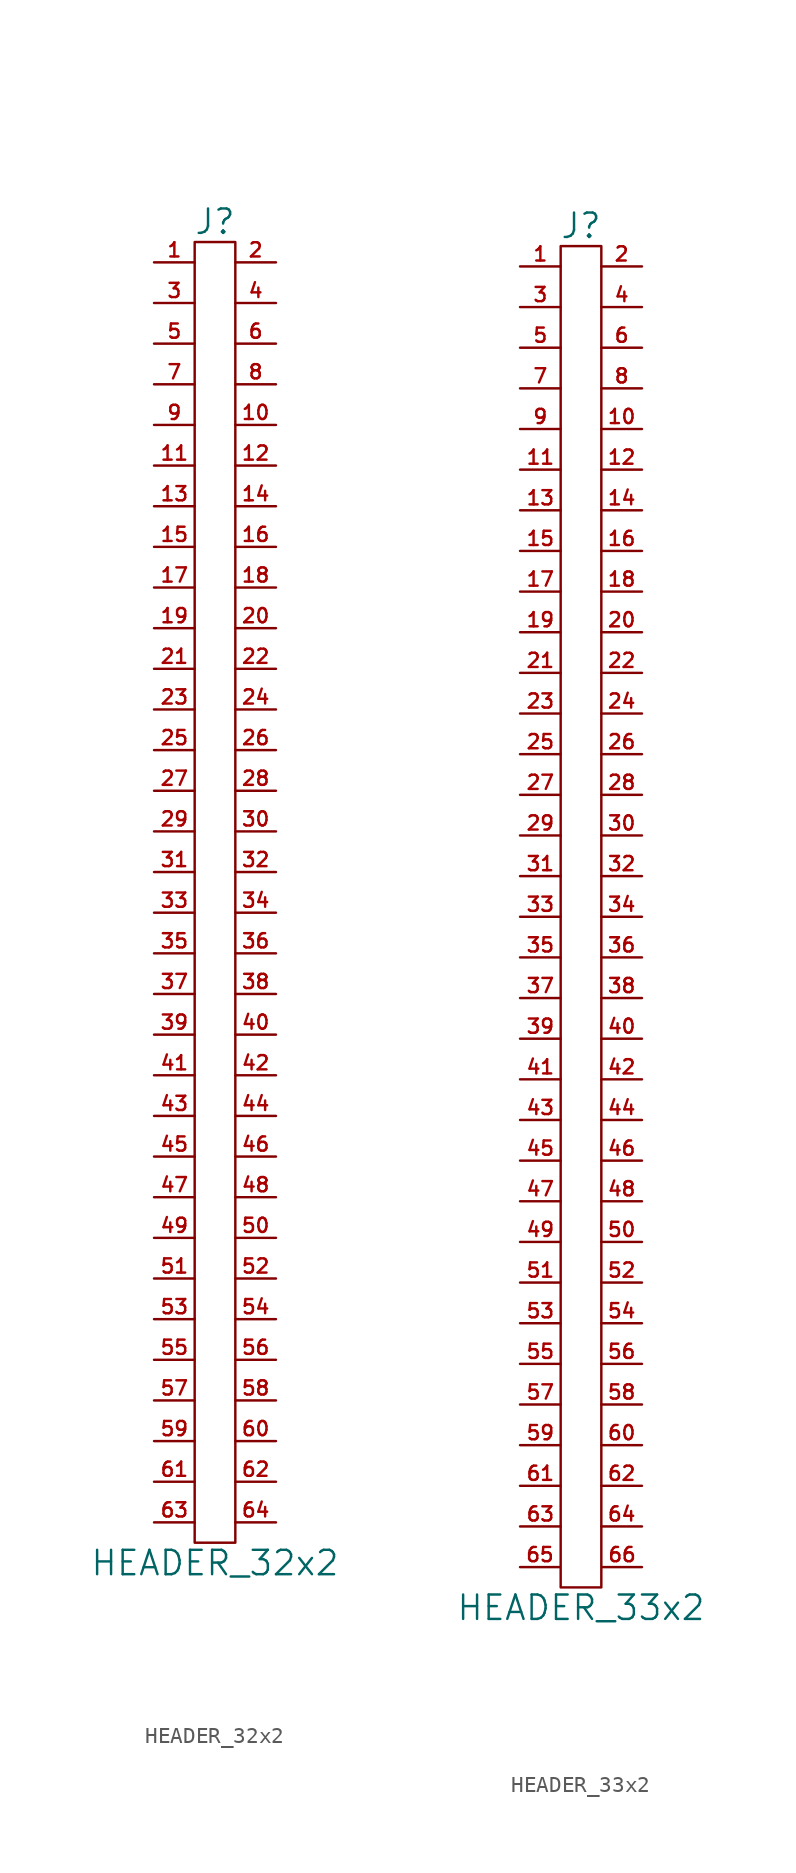
<source format=kicad_sym>
(kicad_symbol_lib
  (version 20220914)
  (generator kicad_symbol_editor)
  (symbol "HEADER_32x2"
    (pin_names
      (offset 0))
    (property "Reference" "J"
      (at 0 41.91 0)
      (effects (font (size 1.524 1.524))))
    (property "Value" "HEADER_32x2"
      (at 0 -41.91 0)
      (effects (font (size 1.524 1.524))))
    (property "Footprint" ""
      (at 0 0 0)
      (effects (font (size 1.524 1.524))))
    (property "Datasheet" ""
      (at 0 0 0)
      (effects (font (size 1.524 1.524))))
    (symbol "HEADER_32x2_0_1"
      (rectangle (start 1.27 -40.64) (end -1.27 40.64) (stroke (width 0) (type solid)) (fill (type none))))
    (symbol "HEADER_32x2_1_1"
      (pin passive line (at -3.81 39.37 0) (length 2.54) (name "~" (effects (font (size 1.27 1.27)))) (number "1" (effects (font (size 0.889 0.889)))))
      (pin passive line (at 3.81 29.21 180) (length 2.54) (name "~" (effects (font (size 1.27 1.27)))) (number "10" (effects (font (size 0.889 0.889)))))
      (pin passive line (at -3.81 26.67 0) (length 2.54) (name "~" (effects (font (size 1.27 1.27)))) (number "11" (effects (font (size 0.889 0.889)))))
      (pin passive line (at 3.81 26.67 180) (length 2.54) (name "~" (effects (font (size 1.27 1.27)))) (number "12" (effects (font (size 0.889 0.889)))))
      (pin passive line (at -3.81 24.13 0) (length 2.54) (name "~" (effects (font (size 1.27 1.27)))) (number "13" (effects (font (size 0.889 0.889)))))
      (pin passive line (at 3.81 24.13 180) (length 2.54) (name "~" (effects (font (size 1.27 1.27)))) (number "14" (effects (font (size 0.889 0.889)))))
      (pin passive line (at -3.81 21.59 0) (length 2.54) (name "~" (effects (font (size 1.27 1.27)))) (number "15" (effects (font (size 0.889 0.889)))))
      (pin passive line (at 3.81 21.59 180) (length 2.54) (name "~" (effects (font (size 1.27 1.27)))) (number "16" (effects (font (size 0.889 0.889)))))
      (pin passive line (at -3.81 19.05 0) (length 2.54) (name "~" (effects (font (size 1.27 1.27)))) (number "17" (effects (font (size 0.889 0.889)))))
      (pin passive line (at 3.81 19.05 180) (length 2.54) (name "~" (effects (font (size 1.27 1.27)))) (number "18" (effects (font (size 0.889 0.889)))))
      (pin passive line (at -3.81 16.51 0) (length 2.54) (name "~" (effects (font (size 1.27 1.27)))) (number "19" (effects (font (size 0.889 0.889)))))
      (pin passive line (at 3.81 39.37 180) (length 2.54) (name "~" (effects (font (size 1.27 1.27)))) (number "2" (effects (font (size 0.889 0.889)))))
      (pin passive line (at 3.81 16.51 180) (length 2.54) (name "~" (effects (font (size 1.27 1.27)))) (number "20" (effects (font (size 0.889 0.889)))))
      (pin passive line (at -3.81 13.97 0) (length 2.54) (name "~" (effects (font (size 1.27 1.27)))) (number "21" (effects (font (size 0.889 0.889)))))
      (pin passive line (at 3.81 13.97 180) (length 2.54) (name "~" (effects (font (size 1.27 1.27)))) (number "22" (effects (font (size 0.889 0.889)))))
      (pin passive line (at -3.81 11.43 0) (length 2.54) (name "~" (effects (font (size 1.27 1.27)))) (number "23" (effects (font (size 0.889 0.889)))))
      (pin passive line (at 3.81 11.43 180) (length 2.54) (name "~" (effects (font (size 1.27 1.27)))) (number "24" (effects (font (size 0.889 0.889)))))
      (pin passive line (at -3.81 8.89 0) (length 2.54) (name "~" (effects (font (size 1.27 1.27)))) (number "25" (effects (font (size 0.889 0.889)))))
      (pin passive line (at 3.81 8.89 180) (length 2.54) (name "~" (effects (font (size 1.27 1.27)))) (number "26" (effects (font (size 0.889 0.889)))))
      (pin passive line (at -3.81 6.35 0) (length 2.54) (name "~" (effects (font (size 1.27 1.27)))) (number "27" (effects (font (size 0.889 0.889)))))
      (pin passive line (at 3.81 6.35 180) (length 2.54) (name "~" (effects (font (size 1.27 1.27)))) (number "28" (effects (font (size 0.889 0.889)))))
      (pin passive line (at -3.81 3.81 0) (length 2.54) (name "~" (effects (font (size 1.27 1.27)))) (number "29" (effects (font (size 0.889 0.889)))))
      (pin passive line (at -3.81 36.83 0) (length 2.54) (name "~" (effects (font (size 1.27 1.27)))) (number "3" (effects (font (size 0.889 0.889)))))
      (pin passive line (at 3.81 3.81 180) (length 2.54) (name "~" (effects (font (size 1.27 1.27)))) (number "30" (effects (font (size 0.889 0.889)))))
      (pin passive line (at -3.81 1.27 0) (length 2.54) (name "~" (effects (font (size 1.27 1.27)))) (number "31" (effects (font (size 0.889 0.889)))))
      (pin passive line (at 3.81 1.27 180) (length 2.54) (name "~" (effects (font (size 1.27 1.27)))) (number "32" (effects (font (size 0.889 0.889)))))
      (pin passive line (at -3.81 -1.27 0) (length 2.54) (name "~" (effects (font (size 1.27 1.27)))) (number "33" (effects (font (size 0.889 0.889)))))
      (pin passive line (at 3.81 -1.27 180) (length 2.54) (name "~" (effects (font (size 1.27 1.27)))) (number "34" (effects (font (size 0.889 0.889)))))
      (pin passive line (at -3.81 -3.81 0) (length 2.54) (name "~" (effects (font (size 1.27 1.27)))) (number "35" (effects (font (size 0.889 0.889)))))
      (pin passive line (at 3.81 -3.81 180) (length 2.54) (name "~" (effects (font (size 1.27 1.27)))) (number "36" (effects (font (size 0.889 0.889)))))
      (pin passive line (at -3.81 -6.35 0) (length 2.54) (name "~" (effects (font (size 0.889 0.889)))) (number "37" (effects (font (size 0.889 0.889)))))
      (pin passive line (at 3.81 -6.35 180) (length 2.54) (name "~" (effects (font (size 1.27 1.27)))) (number "38" (effects (font (size 0.889 0.889)))))
      (pin passive line (at -3.81 -8.89 0) (length 2.54) (name "~" (effects (font (size 1.27 1.27)))) (number "39" (effects (font (size 0.889 0.889)))))
      (pin passive line (at 3.81 36.83 180) (length 2.54) (name "~" (effects (font (size 1.27 1.27)))) (number "4" (effects (font (size 0.889 0.889)))))
      (pin passive line (at 3.81 -8.89 180) (length 2.54) (name "~" (effects (font (size 1.27 1.27)))) (number "40" (effects (font (size 0.889 0.889)))))
      (pin passive line (at -3.81 -11.43 0) (length 2.54) (name "~" (effects (font (size 1.27 1.27)))) (number "41" (effects (font (size 0.889 0.889)))))
      (pin passive line (at 3.81 -11.43 180) (length 2.54) (name "~" (effects (font (size 1.27 1.27)))) (number "42" (effects (font (size 0.889 0.889)))))
      (pin passive line (at -3.81 -13.97 0) (length 2.54) (name "~" (effects (font (size 1.27 1.27)))) (number "43" (effects (font (size 0.889 0.889)))))
      (pin passive line (at 3.81 -13.97 180) (length 2.54) (name "~" (effects (font (size 1.27 1.27)))) (number "44" (effects (font (size 0.889 0.889)))))
      (pin passive line (at -3.81 -16.51 0) (length 2.54) (name "~" (effects (font (size 1.27 1.27)))) (number "45" (effects (font (size 0.889 0.889)))))
      (pin passive line (at 3.81 -16.51 180) (length 2.54) (name "~" (effects (font (size 1.27 1.27)))) (number "46" (effects (font (size 0.889 0.889)))))
      (pin passive line (at -3.81 -19.05 0) (length 2.54) (name "~" (effects (font (size 1.27 1.27)))) (number "47" (effects (font (size 0.889 0.889)))))
      (pin passive line (at 3.81 -19.05 180) (length 2.54) (name "~" (effects (font (size 1.27 1.27)))) (number "48" (effects (font (size 0.889 0.889)))))
      (pin passive line (at -3.81 -21.59 0) (length 2.54) (name "~" (effects (font (size 1.27 1.27)))) (number "49" (effects (font (size 0.889 0.889)))))
      (pin passive line (at -3.81 34.29 0) (length 2.54) (name "~" (effects (font (size 1.27 1.27)))) (number "5" (effects (font (size 0.889 0.889)))))
      (pin passive line (at 3.81 -21.59 180) (length 2.54) (name "~" (effects (font (size 1.27 1.27)))) (number "50" (effects (font (size 0.889 0.889)))))
      (pin passive line (at -3.81 -24.13 0) (length 2.54) (name "~" (effects (font (size 1.27 1.27)))) (number "51" (effects (font (size 0.889 0.889)))))
      (pin passive line (at 3.81 -24.13 180) (length 2.54) (name "~" (effects (font (size 1.27 1.27)))) (number "52" (effects (font (size 0.889 0.889)))))
      (pin passive line (at -3.81 -26.67 0) (length 2.54) (name "~" (effects (font (size 1.27 1.27)))) (number "53" (effects (font (size 0.889 0.889)))))
      (pin passive line (at 3.81 -26.67 180) (length 2.54) (name "~" (effects (font (size 1.27 1.27)))) (number "54" (effects (font (size 0.889 0.889)))))
      (pin passive line (at -3.81 -29.21 0) (length 2.54) (name "~" (effects (font (size 1.27 1.27)))) (number "55" (effects (font (size 0.889 0.889)))))
      (pin passive line (at 3.81 -29.21 180) (length 2.54) (name "~" (effects (font (size 1.27 1.27)))) (number "56" (effects (font (size 0.889 0.889)))))
      (pin passive line (at -3.81 -31.75 0) (length 2.54) (name "~" (effects (font (size 1.27 1.27)))) (number "57" (effects (font (size 0.889 0.889)))))
      (pin passive line (at 3.81 -31.75 180) (length 2.54) (name "~" (effects (font (size 1.27 1.27)))) (number "58" (effects (font (size 0.889 0.889)))))
      (pin passive line (at -3.81 -34.29 0) (length 2.54) (name "~" (effects (font (size 1.27 1.27)))) (number "59" (effects (font (size 0.889 0.889)))))
      (pin passive line (at 3.81 34.29 180) (length 2.54) (name "~" (effects (font (size 1.27 1.27)))) (number "6" (effects (font (size 0.889 0.889)))))
      (pin passive line (at 3.81 -34.29 180) (length 2.54) (name "~" (effects (font (size 1.27 1.27)))) (number "60" (effects (font (size 0.889 0.889)))))
      (pin passive line (at -3.81 -36.83 0) (length 2.54) (name "~" (effects (font (size 1.27 1.27)))) (number "61" (effects (font (size 0.889 0.889)))))
      (pin passive line (at 3.81 -36.83 180) (length 2.54) (name "~" (effects (font (size 1.27 1.27)))) (number "62" (effects (font (size 0.889 0.889)))))
      (pin passive line (at -3.81 -39.37 0) (length 2.54) (name "~" (effects (font (size 1.27 1.27)))) (number "63" (effects (font (size 0.889 0.889)))))
      (pin passive line (at 3.81 -39.37 180) (length 2.54) (name "~" (effects (font (size 1.27 1.27)))) (number "64" (effects (font (size 0.889 0.889)))))
      (pin passive line (at -3.81 31.75 0) (length 2.54) (name "~" (effects (font (size 1.27 1.27)))) (number "7" (effects (font (size 0.889 0.889)))))
      (pin passive line (at 3.81 31.75 180) (length 2.54) (name "~" (effects (font (size 1.27 1.27)))) (number "8" (effects (font (size 0.889 0.889)))))
      (pin passive line (at -3.81 29.21 0) (length 2.54) (name "~" (effects (font (size 1.27 1.27)))) (number "9" (effects (font (size 0.889 0.889)))))))
  (symbol "HEADER_33x2"
    (pin_names
      (offset 0))
    (property "Reference" "J"
      (at 0 43.18 0)
      (effects (font (size 1.524 1.524))))
    (property "Value" "HEADER_33x2"
      (at 0 -43.18 0)
      (effects (font (size 1.524 1.524))))
    (property "Footprint" ""
      (at 0 -1.27 0)
      (effects (font (size 1.524 1.524))))
    (property "Datasheet" ""
      (at 0 0 0)
      (effects (font (size 1.524 1.524))))
    (symbol "HEADER_33x2_0_1"
      (rectangle (start 1.27 -41.91) (end -1.27 41.91) (stroke (width 0) (type solid)) (fill (type none))))
    (symbol "HEADER_33x2_1_1"
      (pin passive line (at -3.81 40.64 0) (length 2.54) (name "~" (effects (font (size 1.27 1.27)))) (number "1" (effects (font (size 0.889 0.889)))))
      (pin passive line (at 3.81 30.48 180) (length 2.54) (name "~" (effects (font (size 1.27 1.27)))) (number "10" (effects (font (size 0.889 0.889)))))
      (pin passive line (at -3.81 27.94 0) (length 2.54) (name "~" (effects (font (size 1.27 1.27)))) (number "11" (effects (font (size 0.889 0.889)))))
      (pin passive line (at 3.81 27.94 180) (length 2.54) (name "~" (effects (font (size 1.27 1.27)))) (number "12" (effects (font (size 0.889 0.889)))))
      (pin passive line (at -3.81 25.4 0) (length 2.54) (name "~" (effects (font (size 1.27 1.27)))) (number "13" (effects (font (size 0.889 0.889)))))
      (pin passive line (at 3.81 25.4 180) (length 2.54) (name "~" (effects (font (size 1.27 1.27)))) (number "14" (effects (font (size 0.889 0.889)))))
      (pin passive line (at -3.81 22.86 0) (length 2.54) (name "~" (effects (font (size 1.27 1.27)))) (number "15" (effects (font (size 0.889 0.889)))))
      (pin passive line (at 3.81 22.86 180) (length 2.54) (name "~" (effects (font (size 1.27 1.27)))) (number "16" (effects (font (size 0.889 0.889)))))
      (pin passive line (at -3.81 20.32 0) (length 2.54) (name "~" (effects (font (size 1.27 1.27)))) (number "17" (effects (font (size 0.889 0.889)))))
      (pin passive line (at 3.81 20.32 180) (length 2.54) (name "~" (effects (font (size 1.27 1.27)))) (number "18" (effects (font (size 0.889 0.889)))))
      (pin passive line (at -3.81 17.78 0) (length 2.54) (name "~" (effects (font (size 1.27 1.27)))) (number "19" (effects (font (size 0.889 0.889)))))
      (pin passive line (at 3.81 40.64 180) (length 2.54) (name "~" (effects (font (size 1.27 1.27)))) (number "2" (effects (font (size 0.889 0.889)))))
      (pin passive line (at 3.81 17.78 180) (length 2.54) (name "~" (effects (font (size 1.27 1.27)))) (number "20" (effects (font (size 0.889 0.889)))))
      (pin passive line (at -3.81 15.24 0) (length 2.54) (name "~" (effects (font (size 1.27 1.27)))) (number "21" (effects (font (size 0.889 0.889)))))
      (pin passive line (at 3.81 15.24 180) (length 2.54) (name "~" (effects (font (size 1.27 1.27)))) (number "22" (effects (font (size 0.889 0.889)))))
      (pin passive line (at -3.81 12.7 0) (length 2.54) (name "~" (effects (font (size 1.27 1.27)))) (number "23" (effects (font (size 0.889 0.889)))))
      (pin passive line (at 3.81 12.7 180) (length 2.54) (name "~" (effects (font (size 1.27 1.27)))) (number "24" (effects (font (size 0.889 0.889)))))
      (pin passive line (at -3.81 10.16 0) (length 2.54) (name "~" (effects (font (size 1.27 1.27)))) (number "25" (effects (font (size 0.889 0.889)))))
      (pin passive line (at 3.81 10.16 180) (length 2.54) (name "~" (effects (font (size 1.27 1.27)))) (number "26" (effects (font (size 0.889 0.889)))))
      (pin passive line (at -3.81 7.62 0) (length 2.54) (name "~" (effects (font (size 1.27 1.27)))) (number "27" (effects (font (size 0.889 0.889)))))
      (pin passive line (at 3.81 7.62 180) (length 2.54) (name "~" (effects (font (size 1.27 1.27)))) (number "28" (effects (font (size 0.889 0.889)))))
      (pin passive line (at -3.81 5.08 0) (length 2.54) (name "~" (effects (font (size 1.27 1.27)))) (number "29" (effects (font (size 0.889 0.889)))))
      (pin passive line (at -3.81 38.1 0) (length 2.54) (name "~" (effects (font (size 1.27 1.27)))) (number "3" (effects (font (size 0.889 0.889)))))
      (pin passive line (at 3.81 5.08 180) (length 2.54) (name "~" (effects (font (size 1.27 1.27)))) (number "30" (effects (font (size 0.889 0.889)))))
      (pin passive line (at -3.81 2.54 0) (length 2.54) (name "~" (effects (font (size 1.27 1.27)))) (number "31" (effects (font (size 0.889 0.889)))))
      (pin passive line (at 3.81 2.54 180) (length 2.54) (name "~" (effects (font (size 1.27 1.27)))) (number "32" (effects (font (size 0.889 0.889)))))
      (pin passive line (at -3.81 0 0) (length 2.54) (name "~" (effects (font (size 1.27 1.27)))) (number "33" (effects (font (size 0.889 0.889)))))
      (pin passive line (at 3.81 0 180) (length 2.54) (name "~" (effects (font (size 1.27 1.27)))) (number "34" (effects (font (size 0.889 0.889)))))
      (pin passive line (at -3.81 -2.54 0) (length 2.54) (name "~" (effects (font (size 1.27 1.27)))) (number "35" (effects (font (size 0.889 0.889)))))
      (pin passive line (at 3.81 -2.54 180) (length 2.54) (name "~" (effects (font (size 1.27 1.27)))) (number "36" (effects (font (size 0.889 0.889)))))
      (pin passive line (at -3.81 -5.08 0) (length 2.54) (name "~" (effects (font (size 1.27 1.27)))) (number "37" (effects (font (size 0.889 0.889)))))
      (pin passive line (at 3.81 -5.08 180) (length 2.54) (name "~" (effects (font (size 1.27 1.27)))) (number "38" (effects (font (size 0.889 0.889)))))
      (pin passive line (at -3.81 -7.62 0) (length 2.54) (name "~" (effects (font (size 1.27 1.27)))) (number "39" (effects (font (size 0.889 0.889)))))
      (pin passive line (at 3.81 38.1 180) (length 2.54) (name "~" (effects (font (size 1.27 1.27)))) (number "4" (effects (font (size 0.889 0.889)))))
      (pin passive line (at 3.81 -7.62 180) (length 2.54) (name "~" (effects (font (size 1.27 1.27)))) (number "40" (effects (font (size 0.889 0.889)))))
      (pin passive line (at -3.81 -10.16 0) (length 2.54) (name "~" (effects (font (size 1.27 1.27)))) (number "41" (effects (font (size 0.889 0.889)))))
      (pin passive line (at 3.81 -10.16 180) (length 2.54) (name "~" (effects (font (size 1.27 1.27)))) (number "42" (effects (font (size 0.889 0.889)))))
      (pin passive line (at -3.81 -12.7 0) (length 2.54) (name "~" (effects (font (size 1.27 1.27)))) (number "43" (effects (font (size 0.889 0.889)))))
      (pin passive line (at 3.81 -12.7 180) (length 2.54) (name "~" (effects (font (size 1.27 1.27)))) (number "44" (effects (font (size 0.889 0.889)))))
      (pin passive line (at -3.81 -15.24 0) (length 2.54) (name "~" (effects (font (size 1.27 1.27)))) (number "45" (effects (font (size 0.889 0.889)))))
      (pin passive line (at 3.81 -15.24 180) (length 2.54) (name "~" (effects (font (size 1.27 1.27)))) (number "46" (effects (font (size 0.889 0.889)))))
      (pin passive line (at -3.81 -17.78 0) (length 2.54) (name "~" (effects (font (size 1.27 1.27)))) (number "47" (effects (font (size 0.889 0.889)))))
      (pin passive line (at 3.81 -17.78 180) (length 2.54) (name "~" (effects (font (size 1.27 1.27)))) (number "48" (effects (font (size 0.889 0.889)))))
      (pin passive line (at -3.81 -20.32 0) (length 2.54) (name "~" (effects (font (size 1.27 1.27)))) (number "49" (effects (font (size 0.889 0.889)))))
      (pin passive line (at -3.81 35.56 0) (length 2.54) (name "~" (effects (font (size 1.27 1.27)))) (number "5" (effects (font (size 0.889 0.889)))))
      (pin passive line (at 3.81 -20.32 180) (length 2.54) (name "~" (effects (font (size 1.27 1.27)))) (number "50" (effects (font (size 0.889 0.889)))))
      (pin passive line (at -3.81 -22.86 0) (length 2.54) (name "~" (effects (font (size 1.27 1.27)))) (number "51" (effects (font (size 0.889 0.889)))))
      (pin passive line (at 3.81 -22.86 180) (length 2.54) (name "~" (effects (font (size 1.27 1.27)))) (number "52" (effects (font (size 0.889 0.889)))))
      (pin passive line (at -3.81 -25.4 0) (length 2.54) (name "~" (effects (font (size 1.27 1.27)))) (number "53" (effects (font (size 0.889 0.889)))))
      (pin passive line (at 3.81 -25.4 180) (length 2.54) (name "~" (effects (font (size 1.27 1.27)))) (number "54" (effects (font (size 0.889 0.889)))))
      (pin passive line (at -3.81 -27.94 0) (length 2.54) (name "~" (effects (font (size 1.27 1.27)))) (number "55" (effects (font (size 0.889 0.889)))))
      (pin passive line (at 3.81 -27.94 180) (length 2.54) (name "~" (effects (font (size 1.27 1.27)))) (number "56" (effects (font (size 0.889 0.889)))))
      (pin passive line (at -3.81 -30.48 0) (length 2.54) (name "~" (effects (font (size 1.27 1.27)))) (number "57" (effects (font (size 0.889 0.889)))))
      (pin passive line (at 3.81 -30.48 180) (length 2.54) (name "~" (effects (font (size 1.27 1.27)))) (number "58" (effects (font (size 0.889 0.889)))))
      (pin passive line (at -3.81 -33.02 0) (length 2.54) (name "~" (effects (font (size 1.27 1.27)))) (number "59" (effects (font (size 0.889 0.889)))))
      (pin passive line (at 3.81 35.56 180) (length 2.54) (name "~" (effects (font (size 1.27 1.27)))) (number "6" (effects (font (size 0.889 0.889)))))
      (pin passive line (at 3.81 -33.02 180) (length 2.54) (name "~" (effects (font (size 1.27 1.27)))) (number "60" (effects (font (size 0.889 0.889)))))
      (pin passive line (at -3.81 -35.56 0) (length 2.54) (name "~" (effects (font (size 1.27 1.27)))) (number "61" (effects (font (size 0.889 0.889)))))
      (pin passive line (at 3.81 -35.56 180) (length 2.54) (name "~" (effects (font (size 1.27 1.27)))) (number "62" (effects (font (size 0.889 0.889)))))
      (pin passive line (at -3.81 -38.1 0) (length 2.54) (name "~" (effects (font (size 0.889 0.889)))) (number "63" (effects (font (size 0.889 0.889)))))
      (pin passive line (at 3.81 -38.1 180) (length 2.54) (name "~" (effects (font (size 1.27 1.27)))) (number "64" (effects (font (size 0.889 0.889)))))
      (pin passive line (at -3.81 -40.64 0) (length 2.489) (name "~" (effects (font (size 0.508 0.508)))) (number "65" (effects (font (size 0.889 0.889)))))
      (pin passive line (at 3.81 -40.64 180) (length 2.489) (name "~" (effects (font (size 0.508 0.508)))) (number "66" (effects (font (size 0.889 0.889)))))
      (pin passive line (at -3.81 33.02 0) (length 2.54) (name "~" (effects (font (size 1.27 1.27)))) (number "7" (effects (font (size 0.889 0.889)))))
      (pin passive line (at 3.81 33.02 180) (length 2.54) (name "~" (effects (font (size 1.27 1.27)))) (number "8" (effects (font (size 0.889 0.889)))))
      (pin passive line (at -3.81 30.48 0) (length 2.54) (name "~" (effects (font (size 1.27 1.27)))) (number "9" (effects (font (size 0.889 0.889))))))))
</source>
